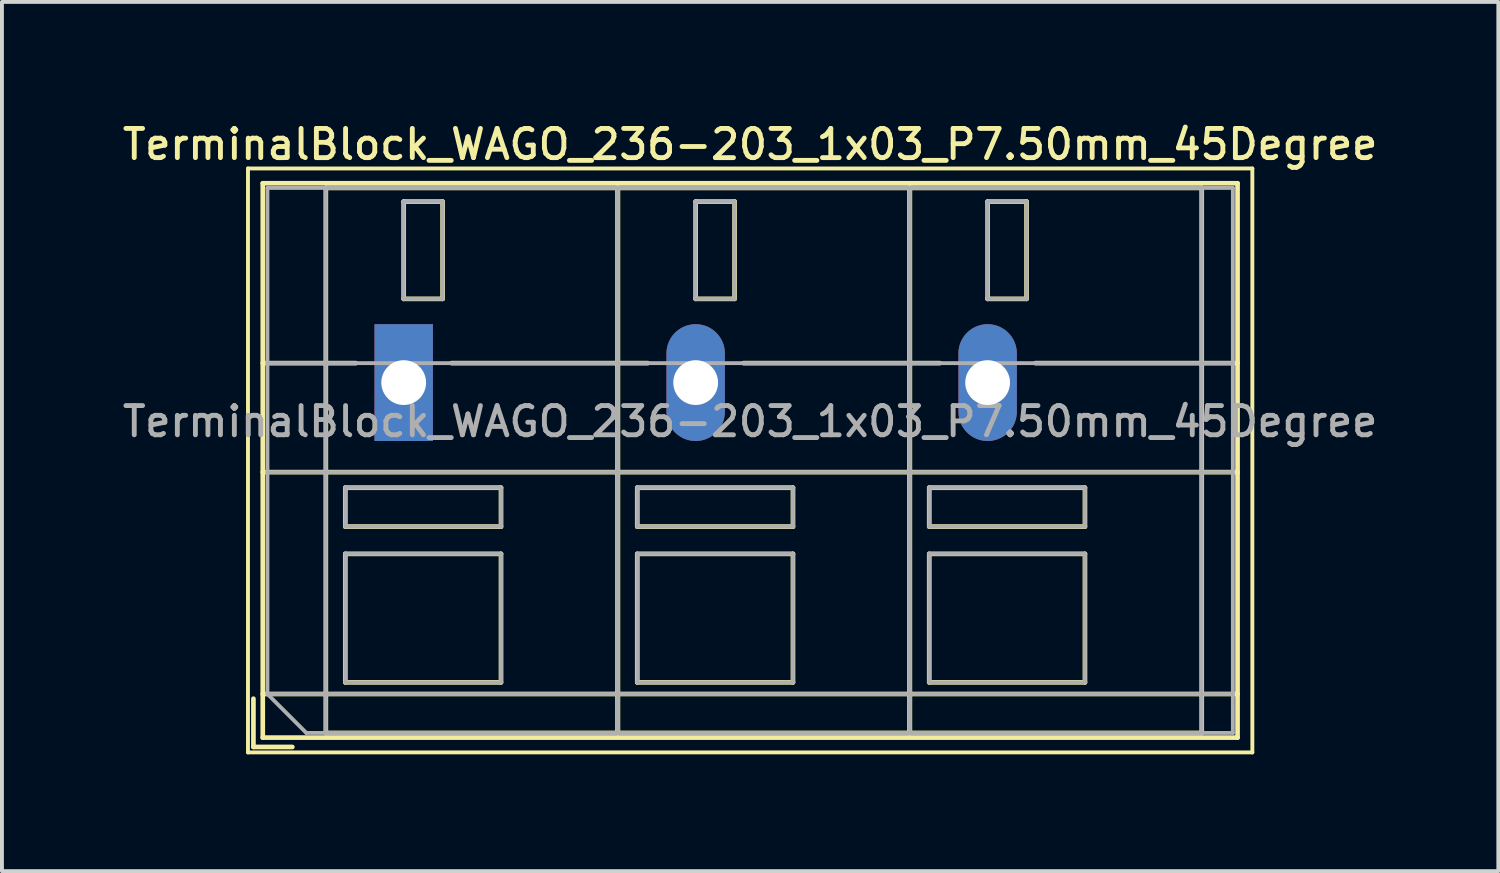
<source format=kicad_pcb>
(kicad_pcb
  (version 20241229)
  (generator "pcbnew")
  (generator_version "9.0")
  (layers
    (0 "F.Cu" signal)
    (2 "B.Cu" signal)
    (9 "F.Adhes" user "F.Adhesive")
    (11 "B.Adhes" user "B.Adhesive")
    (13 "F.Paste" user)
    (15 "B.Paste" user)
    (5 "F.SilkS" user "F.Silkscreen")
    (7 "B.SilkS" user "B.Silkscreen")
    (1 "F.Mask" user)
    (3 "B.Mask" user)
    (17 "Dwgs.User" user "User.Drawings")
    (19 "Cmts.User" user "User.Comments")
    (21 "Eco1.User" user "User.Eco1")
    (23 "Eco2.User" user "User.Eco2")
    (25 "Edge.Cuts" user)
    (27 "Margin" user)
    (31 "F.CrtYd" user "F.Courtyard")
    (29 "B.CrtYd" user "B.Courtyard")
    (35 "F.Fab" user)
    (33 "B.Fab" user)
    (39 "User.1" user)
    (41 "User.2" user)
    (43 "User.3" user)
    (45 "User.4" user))
  (footprint "TerminalBlock_WAGO_236-203_1x03_P7.50mm_45Degree"
    (layer "F.Cu")
    (at 7.32 6.778)
    (property "Reference" "TerminalBlock_WAGO_236-203_1x03_P7.50mm_45Degree" (at 8.9 -6.12 0) (layer "F.SilkS") (effects (font (size 0.75 0.75) (thickness 0.125))))
    (attr through_hole)
    (fp_line (start -4 -5.5) (end -4 9.5) (stroke (width 0.1) (type solid)) (layer "F.SilkS"))
    (fp_line (start -4 9.5) (end 21.8 9.5) (stroke (width 0.1) (type solid)) (layer "F.SilkS"))
    (fp_line (start -3.86 8.12) (end -3.86 9.36) (stroke (width 0.12) (type solid)) (layer "F.SilkS"))
    (fp_line (start -3.86 9.36) (end -2.86 9.36) (stroke (width 0.12) (type solid)) (layer "F.SilkS"))
    (fp_line (start -3.62 -5.12) (end -3.62 9.12) (stroke (width 0.12) (type solid)) (layer "F.SilkS"))
    (fp_line (start -3.62 -5.12) (end 21.42 -5.12) (stroke (width 0.12) (type solid)) (layer "F.SilkS"))
    (fp_line (start -3.62 -0.5) (end -1.23 -0.5) (stroke (width 0.12) (type solid)) (layer "F.SilkS"))
    (fp_line (start -3.62 2.3) (end 21.42 2.3) (stroke (width 0.12) (type solid)) (layer "F.SilkS"))
    (fp_line (start -3.62 8) (end 21.42 8) (stroke (width 0.12) (type solid)) (layer "F.SilkS"))
    (fp_line (start -3.62 9.12) (end 21.42 9.12) (stroke (width 0.12) (type solid)) (layer "F.SilkS"))
    (fp_line (start -2 -5) (end -2 9) (stroke (width 0.12) (type solid)) (layer "F.SilkS"))
    (fp_line (start -2 -5) (end 5.5 -5) (stroke (width 0.12) (type solid)) (layer "F.SilkS"))
    (fp_line (start -2 9) (end 5.5 9) (stroke (width 0.12) (type solid)) (layer "F.SilkS"))
    (fp_line (start -1.5 2.7) (end -1.5 3.7) (stroke (width 0.12) (type solid)) (layer "F.SilkS"))
    (fp_line (start -1.5 2.7) (end 2.5 2.7) (stroke (width 0.12) (type solid)) (layer "F.SilkS"))
    (fp_line (start -1.5 3.7) (end 2.5 3.7) (stroke (width 0.12) (type solid)) (layer "F.SilkS"))
    (fp_line (start -1.5 4.4) (end -1.5 7.7) (stroke (width 0.12) (type solid)) (layer "F.SilkS"))
    (fp_line (start -1.5 4.4) (end 2.5 4.4) (stroke (width 0.12) (type solid)) (layer "F.SilkS"))
    (fp_line (start -1.5 7.7) (end 2.5 7.7) (stroke (width 0.12) (type solid)) (layer "F.SilkS"))
    (fp_line (start 0 -4.65) (end 0 -2.151) (stroke (width 0.12) (type solid)) (layer "F.SilkS"))
    (fp_line (start 0 -4.65) (end 1 -4.65) (stroke (width 0.12) (type solid)) (layer "F.SilkS"))
    (fp_line (start 0 -2.151) (end 1 -2.151) (stroke (width 0.12) (type solid)) (layer "F.SilkS"))
    (fp_line (start 1 -4.65) (end 1 -2.151) (stroke (width 0.12) (type solid)) (layer "F.SilkS"))
    (fp_line (start 1.23 -0.5) (end 6.27 -0.5) (stroke (width 0.12) (type solid)) (layer "F.SilkS"))
    (fp_line (start 2.5 2.7) (end 2.5 3.7) (stroke (width 0.12) (type solid)) (layer "F.SilkS"))
    (fp_line (start 2.5 4.4) (end 2.5 7.7) (stroke (width 0.12) (type solid)) (layer "F.SilkS"))
    (fp_line (start 5.5 -5) (end 5.5 9) (stroke (width 0.12) (type solid)) (layer "F.SilkS"))
    (fp_line (start 5.5 -5) (end 5.5 9) (stroke (width 0.12) (type solid)) (layer "F.SilkS"))
    (fp_line (start 5.5 -5) (end 13 -5) (stroke (width 0.12) (type solid)) (layer "F.SilkS"))
    (fp_line (start 5.5 9) (end 13 9) (stroke (width 0.12) (type solid)) (layer "F.SilkS"))
    (fp_line (start 6 2.7) (end 6 3.7) (stroke (width 0.12) (type solid)) (layer "F.SilkS"))
    (fp_line (start 6 2.7) (end 10 2.7) (stroke (width 0.12) (type solid)) (layer "F.SilkS"))
    (fp_line (start 6 3.7) (end 10 3.7) (stroke (width 0.12) (type solid)) (layer "F.SilkS"))
    (fp_line (start 6 4.4) (end 6 7.7) (stroke (width 0.12) (type solid)) (layer "F.SilkS"))
    (fp_line (start 6 4.4) (end 10 4.4) (stroke (width 0.12) (type solid)) (layer "F.SilkS"))
    (fp_line (start 6 7.7) (end 10 7.7) (stroke (width 0.12) (type solid)) (layer "F.SilkS"))
    (fp_line (start 7.5 -4.65) (end 7.5 -2.151) (stroke (width 0.12) (type solid)) (layer "F.SilkS"))
    (fp_line (start 7.5 -4.65) (end 8.5 -4.65) (stroke (width 0.12) (type solid)) (layer "F.SilkS"))
    (fp_line (start 7.5 -2.151) (end 8.5 -2.151) (stroke (width 0.12) (type solid)) (layer "F.SilkS"))
    (fp_line (start 8.5 -4.65) (end 8.5 -2.151) (stroke (width 0.12) (type solid)) (layer "F.SilkS"))
    (fp_line (start 8.73 -0.5) (end 13.77 -0.5) (stroke (width 0.12) (type solid)) (layer "F.SilkS"))
    (fp_line (start 10 2.7) (end 10 3.7) (stroke (width 0.12) (type solid)) (layer "F.SilkS"))
    (fp_line (start 10 4.4) (end 10 7.7) (stroke (width 0.12) (type solid)) (layer "F.SilkS"))
    (fp_line (start 13 -5) (end 13 9) (stroke (width 0.12) (type solid)) (layer "F.SilkS"))
    (fp_line (start 13 -5) (end 13 9) (stroke (width 0.12) (type solid)) (layer "F.SilkS"))
    (fp_line (start 13 -5) (end 20.5 -5) (stroke (width 0.12) (type solid)) (layer "F.SilkS"))
    (fp_line (start 13 9) (end 20.5 9) (stroke (width 0.12) (type solid)) (layer "F.SilkS"))
    (fp_line (start 13.5 2.7) (end 13.5 3.7) (stroke (width 0.12) (type solid)) (layer "F.SilkS"))
    (fp_line (start 13.5 2.7) (end 17.5 2.7) (stroke (width 0.12) (type solid)) (layer "F.SilkS"))
    (fp_line (start 13.5 3.7) (end 17.5 3.7) (stroke (width 0.12) (type solid)) (layer "F.SilkS"))
    (fp_line (start 13.5 4.4) (end 13.5 7.7) (stroke (width 0.12) (type solid)) (layer "F.SilkS"))
    (fp_line (start 13.5 4.4) (end 17.5 4.4) (stroke (width 0.12) (type solid)) (layer "F.SilkS"))
    (fp_line (start 13.5 7.7) (end 17.5 7.7) (stroke (width 0.12) (type solid)) (layer "F.SilkS"))
    (fp_line (start 15 -4.65) (end 15 -2.151) (stroke (width 0.12) (type solid)) (layer "F.SilkS"))
    (fp_line (start 15 -4.65) (end 16 -4.65) (stroke (width 0.12) (type solid)) (layer "F.SilkS"))
    (fp_line (start 15 -2.151) (end 16 -2.151) (stroke (width 0.12) (type solid)) (layer "F.SilkS"))
    (fp_line (start 16 -4.65) (end 16 -2.151) (stroke (width 0.12) (type solid)) (layer "F.SilkS"))
    (fp_line (start 16.23 -0.5) (end 21.42 -0.5) (stroke (width 0.12) (type solid)) (layer "F.SilkS"))
    (fp_line (start 17.5 2.7) (end 17.5 3.7) (stroke (width 0.12) (type solid)) (layer "F.SilkS"))
    (fp_line (start 17.5 4.4) (end 17.5 7.7) (stroke (width 0.12) (type solid)) (layer "F.SilkS"))
    (fp_line (start 20.5 -5) (end 20.5 9) (stroke (width 0.12) (type solid)) (layer "F.SilkS"))
    (fp_line (start 21.42 -5.12) (end 21.42 9.12) (stroke (width 0.12) (type solid)) (layer "F.SilkS"))
    (fp_line (start 21.8 -5.5) (end -4 -5.5) (stroke (width 0.1) (type solid)) (layer "F.SilkS"))
    (fp_line (start 21.8 9.5) (end 21.8 -5.5) (stroke (width 0.1) (type solid)) (layer "F.SilkS"))
    (fp_line (start -3.5 -5) (end 21.3 -5) (stroke (width 0.1) (type solid)) (layer "F.Fab"))
    (fp_line (start -3.5 -0.5) (end 21.3 -0.5) (stroke (width 0.1) (type solid)) (layer "F.Fab"))
    (fp_line (start -3.5 2.3) (end 21.3 2.3) (stroke (width 0.1) (type solid)) (layer "F.Fab"))
    (fp_line (start -3.5 8) (end -3.5 -5) (stroke (width 0.1) (type solid)) (layer "F.Fab"))
    (fp_line (start -3.5 8) (end 21.3 8) (stroke (width 0.1) (type solid)) (layer "F.Fab"))
    (fp_line (start -2.5 9) (end -3.5 8) (stroke (width 0.1) (type solid)) (layer "F.Fab"))
    (fp_line (start -2 -5) (end -2 9) (stroke (width 0.1) (type solid)) (layer "F.Fab"))
    (fp_line (start -2 9) (end 5.5 9) (stroke (width 0.1) (type solid)) (layer "F.Fab"))
    (fp_line (start -1.5 2.7) (end -1.5 3.7) (stroke (width 0.1) (type solid)) (layer "F.Fab"))
    (fp_line (start -1.5 3.7) (end 2.5 3.7) (stroke (width 0.1) (type solid)) (layer "F.Fab"))
    (fp_line (start -1.5 4.4) (end -1.5 7.7) (stroke (width 0.1) (type solid)) (layer "F.Fab"))
    (fp_line (start -1.5 7.7) (end 2.5 7.7) (stroke (width 0.1) (type solid)) (layer "F.Fab"))
    (fp_line (start 0 -4.65) (end 0 -2.15) (stroke (width 0.1) (type solid)) (layer "F.Fab"))
    (fp_line (start 0 -2.15) (end 1 -2.15) (stroke (width 0.1) (type solid)) (layer "F.Fab"))
    (fp_line (start 1 -4.65) (end 0 -4.65) (stroke (width 0.1) (type solid)) (layer "F.Fab"))
    (fp_line (start 1 -2.15) (end 1 -4.65) (stroke (width 0.1) (type solid)) (layer "F.Fab"))
    (fp_line (start 2.5 2.7) (end -1.5 2.7) (stroke (width 0.1) (type solid)) (layer "F.Fab"))
    (fp_line (start 2.5 3.7) (end 2.5 2.7) (stroke (width 0.1) (type solid)) (layer "F.Fab"))
    (fp_line (start 2.5 4.4) (end -1.5 4.4) (stroke (width 0.1) (type solid)) (layer "F.Fab"))
    (fp_line (start 2.5 7.7) (end 2.5 4.4) (stroke (width 0.1) (type solid)) (layer "F.Fab"))
    (fp_line (start 5.5 -5) (end -2 -5) (stroke (width 0.1) (type solid)) (layer "F.Fab"))
    (fp_line (start 5.5 -5) (end 5.5 9) (stroke (width 0.1) (type solid)) (layer "F.Fab"))
    (fp_line (start 5.5 9) (end 5.5 -5) (stroke (width 0.1) (type solid)) (layer "F.Fab"))
    (fp_line (start 5.5 9) (end 13 9) (stroke (width 0.1) (type solid)) (layer "F.Fab"))
    (fp_line (start 6 2.7) (end 6 3.7) (stroke (width 0.1) (type solid)) (layer "F.Fab"))
    (fp_line (start 6 3.7) (end 10 3.7) (stroke (width 0.1) (type solid)) (layer "F.Fab"))
    (fp_line (start 6 4.4) (end 6 7.7) (stroke (width 0.1) (type solid)) (layer "F.Fab"))
    (fp_line (start 6 7.7) (end 10 7.7) (stroke (width 0.1) (type solid)) (layer "F.Fab"))
    (fp_line (start 7.5 -4.65) (end 7.5 -2.15) (stroke (width 0.1) (type solid)) (layer "F.Fab"))
    (fp_line (start 7.5 -2.15) (end 8.5 -2.15) (stroke (width 0.1) (type solid)) (layer "F.Fab"))
    (fp_line (start 8.5 -4.65) (end 7.5 -4.65) (stroke (width 0.1) (type solid)) (layer "F.Fab"))
    (fp_line (start 8.5 -2.15) (end 8.5 -4.65) (stroke (width 0.1) (type solid)) (layer "F.Fab"))
    (fp_line (start 10 2.7) (end 6 2.7) (stroke (width 0.1) (type solid)) (layer "F.Fab"))
    (fp_line (start 10 3.7) (end 10 2.7) (stroke (width 0.1) (type solid)) (layer "F.Fab"))
    (fp_line (start 10 4.4) (end 6 4.4) (stroke (width 0.1) (type solid)) (layer "F.Fab"))
    (fp_line (start 10 7.7) (end 10 4.4) (stroke (width 0.1) (type solid)) (layer "F.Fab"))
    (fp_line (start 13 -5) (end 5.5 -5) (stroke (width 0.1) (type solid)) (layer "F.Fab"))
    (fp_line (start 13 -5) (end 13 9) (stroke (width 0.1) (type solid)) (layer "F.Fab"))
    (fp_line (start 13 9) (end 13 -5) (stroke (width 0.1) (type solid)) (layer "F.Fab"))
    (fp_line (start 13 9) (end 20.5 9) (stroke (width 0.1) (type solid)) (layer "F.Fab"))
    (fp_line (start 13.5 2.7) (end 13.5 3.7) (stroke (width 0.1) (type solid)) (layer "F.Fab"))
    (fp_line (start 13.5 3.7) (end 17.5 3.7) (stroke (width 0.1) (type solid)) (layer "F.Fab"))
    (fp_line (start 13.5 4.4) (end 13.5 7.7) (stroke (width 0.1) (type solid)) (layer "F.Fab"))
    (fp_line (start 13.5 7.7) (end 17.5 7.7) (stroke (width 0.1) (type solid)) (layer "F.Fab"))
    (fp_line (start 15 -4.65) (end 15 -2.15) (stroke (width 0.1) (type solid)) (layer "F.Fab"))
    (fp_line (start 15 -2.15) (end 16 -2.15) (stroke (width 0.1) (type solid)) (layer "F.Fab"))
    (fp_line (start 16 -4.65) (end 15 -4.65) (stroke (width 0.1) (type solid)) (layer "F.Fab"))
    (fp_line (start 16 -2.15) (end 16 -4.65) (stroke (width 0.1) (type solid)) (layer "F.Fab"))
    (fp_line (start 17.5 2.7) (end 13.5 2.7) (stroke (width 0.1) (type solid)) (layer "F.Fab"))
    (fp_line (start 17.5 3.7) (end 17.5 2.7) (stroke (width 0.1) (type solid)) (layer "F.Fab"))
    (fp_line (start 17.5 4.4) (end 13.5 4.4) (stroke (width 0.1) (type solid)) (layer "F.Fab"))
    (fp_line (start 17.5 7.7) (end 17.5 4.4) (stroke (width 0.1) (type solid)) (layer "F.Fab"))
    (fp_line (start 20.5 -5) (end 13 -5) (stroke (width 0.1) (type solid)) (layer "F.Fab"))
    (fp_line (start 20.5 9) (end 20.5 -5) (stroke (width 0.1) (type solid)) (layer "F.Fab"))
    (fp_line (start 21.3 -5) (end 21.3 9) (stroke (width 0.1) (type solid)) (layer "F.Fab"))
    (fp_line (start 21.3 9) (end -2.5 9) (stroke (width 0.1) (type solid)) (layer "F.Fab"))
    (fp_text user "${REFERENCE}" (at 8.9 1 0) (layer "F.Fab") (effects (font (size 0.75 0.75) (thickness 0.125))))
    (pad "1" thru_hole rect (at 0 0) (size 1.5 3) (drill 1.15) (layers "*.Cu" "*.Mask"))
    (pad "2" thru_hole oval (at 7.5 0) (size 1.5 3) (drill 1.15) (layers "*.Cu" "*.Mask"))
    (pad "3" thru_hole oval (at 15 0) (size 1.5 3) (drill 1.15) (layers "*.Cu" "*.Mask")))
  (gr_rect
    (start -3 -3)
    (end 35.439 19.328)
    (stroke (width 0.1) (type default))
    (fill no)
    (layer "Edge.Cuts")))
</source>
